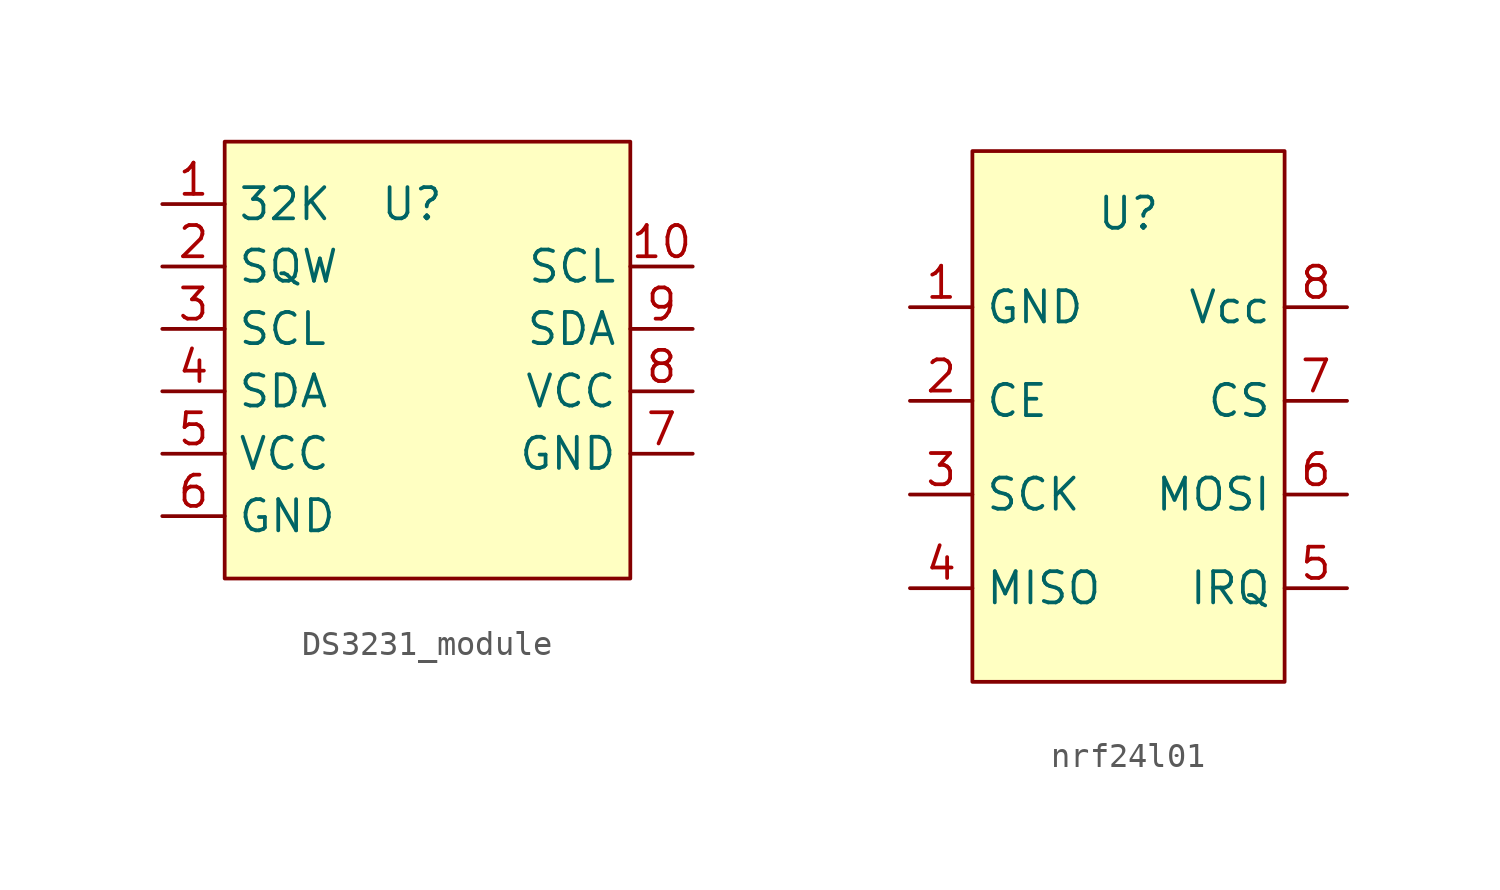
<source format=kicad_sym>
(kicad_symbol_lib
  (version 20220914)
  (generator kicad_symbol_editor)
  (symbol "DS3231_module"
    (property "Reference" "U"
      (at 1.27 -3.81 0)
      (effects (font (size 1.27 1.27))))
    (property "Value" ""
      (at 1.27 -3.81 0)
      (effects (font (size 1.27 1.27))))
    (symbol "DS3231_module_1_1"
      (polyline (pts (xy -6.35 -1.27) (xy -6.35 -19.05) (xy 10.16 -19.05) (xy 10.16 -1.27) (xy -6.35 -1.27)) (stroke (width 0) (type default)) (fill (type background)))
      (pin input line (at -8.89 -3.81 0) (length 2.54) (name "32K" (effects (font (size 1.27 1.27)))) (number "1" (effects (font (size 1.27 1.27)))))
      (pin input line (at 12.7 -6.35 180) (length 2.54) (name "SCL" (effects (font (size 1.27 1.27)))) (number "10" (effects (font (size 1.27 1.27)))))
      (pin input line (at -8.89 -6.35 0) (length 2.54) (name "SQW" (effects (font (size 1.27 1.27)))) (number "2" (effects (font (size 1.27 1.27)))))
      (pin input line (at -8.89 -8.89 0) (length 2.54) (name "SCL" (effects (font (size 1.27 1.27)))) (number "3" (effects (font (size 1.27 1.27)))))
      (pin input line (at -8.89 -11.43 0) (length 2.54) (name "SDA" (effects (font (size 1.27 1.27)))) (number "4" (effects (font (size 1.27 1.27)))))
      (pin input line (at -8.89 -13.97 0) (length 2.54) (name "VCC" (effects (font (size 1.27 1.27)))) (number "5" (effects (font (size 1.27 1.27)))))
      (pin input line (at -8.89 -16.51 0) (length 2.54) (name "GND" (effects (font (size 1.27 1.27)))) (number "6" (effects (font (size 1.27 1.27)))))
      (pin input line (at 12.7 -13.97 180) (length 2.54) (name "GND" (effects (font (size 1.27 1.27)))) (number "7" (effects (font (size 1.27 1.27)))))
      (pin input line (at 12.7 -11.43 180) (length 2.54) (name "VCC" (effects (font (size 1.27 1.27)))) (number "8" (effects (font (size 1.27 1.27)))))
      (pin input line (at 12.7 -8.89 180) (length 2.54) (name "SDA" (effects (font (size 1.27 1.27)))) (number "9" (effects (font (size 1.27 1.27)))))))
  (symbol "nrf24l01"
    (property "Reference" "U"
      (at 0 3.81 0)
      (effects (font (size 1.27 1.27))))
    (property "Value" ""
      (at 0 2.54 0)
      (effects (font (size 1.27 1.27))))
    (symbol "nrf24l01_1_1"
      (polyline (pts (xy -6.35 5.08) (xy -6.35 -15.24) (xy 6.35 -15.24) (xy 6.35 6.35) (xy -6.35 6.35) (xy -6.35 5.08)) (stroke (width 0) (type default)) (fill (type background)))
      (pin input line (at -8.89 0 0) (length 2.54) (name "GND" (effects (font (size 1.27 1.27)))) (number "1" (effects (font (size 1.27 1.27)))))
      (pin input line (at -8.89 -3.81 0) (length 2.54) (name "CE" (effects (font (size 1.27 1.27)))) (number "2" (effects (font (size 1.27 1.27)))))
      (pin input line (at -8.89 -7.62 0) (length 2.54) (name "SCK" (effects (font (size 1.27 1.27)))) (number "3" (effects (font (size 1.27 1.27)))))
      (pin input line (at -8.89 -11.43 0) (length 2.54) (name "MISO" (effects (font (size 1.27 1.27)))) (number "4" (effects (font (size 1.27 1.27)))))
      (pin input line (at 8.89 -11.43 180) (length 2.54) (name "IRQ" (effects (font (size 1.27 1.27)))) (number "5" (effects (font (size 1.27 1.27)))))
      (pin input line (at 8.89 -7.62 180) (length 2.54) (name "MOSI" (effects (font (size 1.27 1.27)))) (number "6" (effects (font (size 1.27 1.27)))))
      (pin input line (at 8.89 -3.81 180) (length 2.54) (name "CS" (effects (font (size 1.27 1.27)))) (number "7" (effects (font (size 1.27 1.27)))))
      (pin input line (at 8.89 0 180) (length 2.54) (name "Vcc" (effects (font (size 1.27 1.27)))) (number "8" (effects (font (size 1.27 1.27))))))))
</source>
